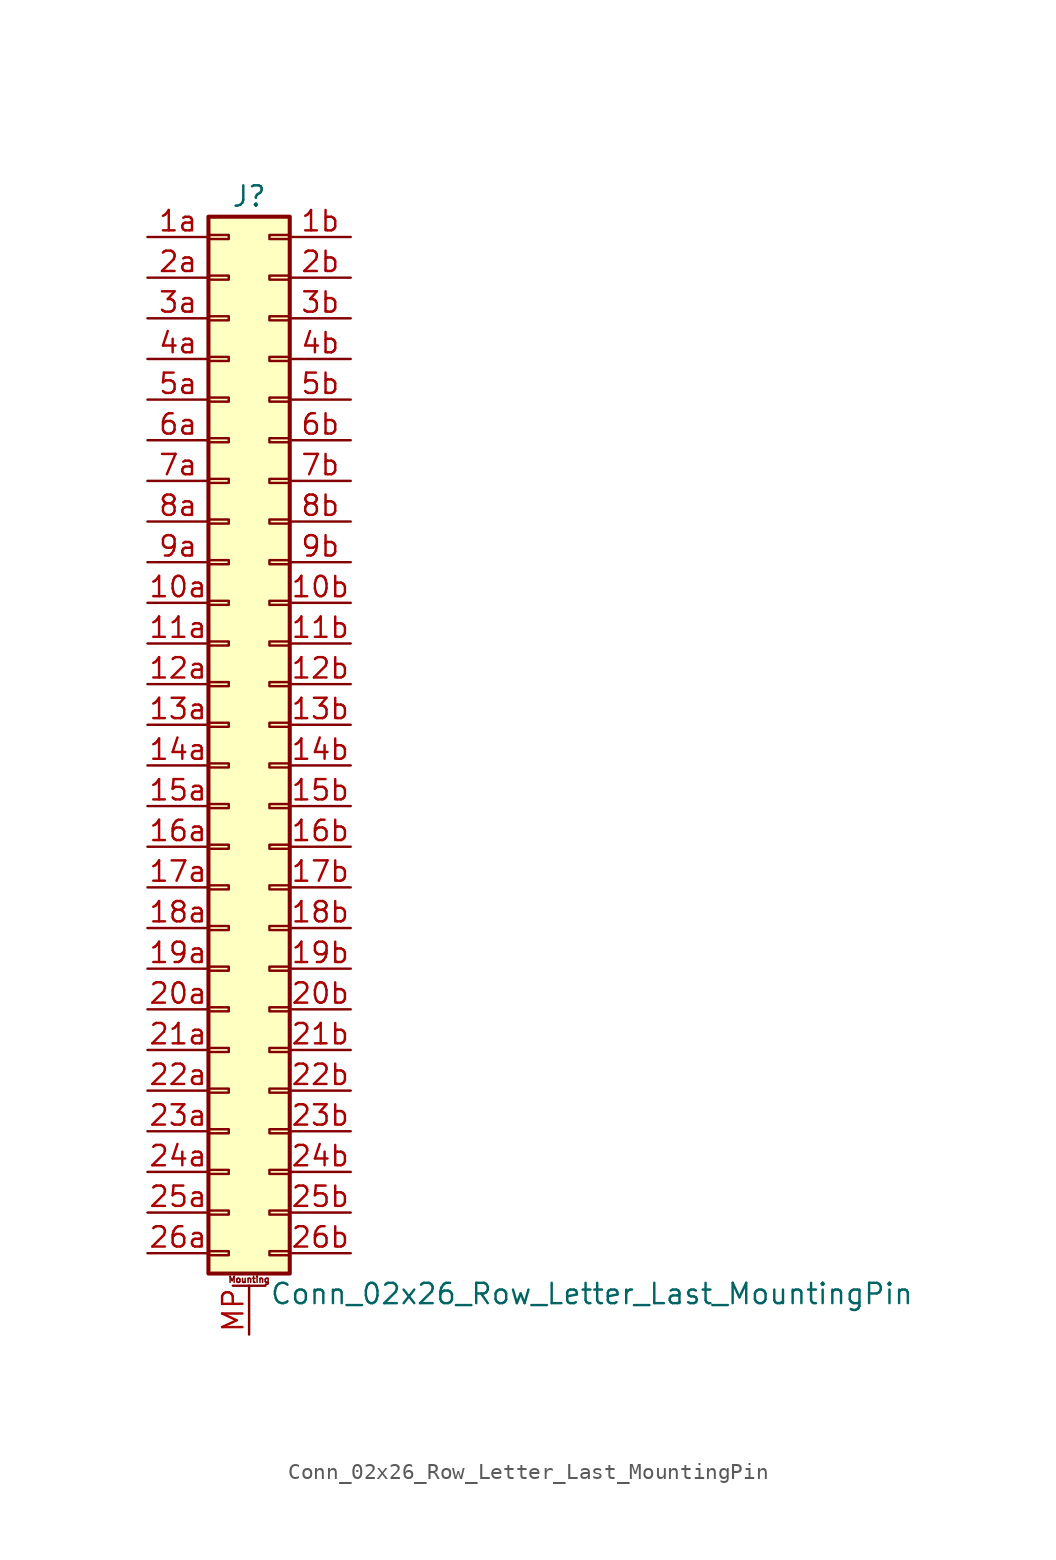
<source format=kicad_sym>
(kicad_symbol_lib
  (version 20201005)
  (generator kicad_symbol_editor)
  (symbol "Conn_02x26_Row_Letter_Last_MountingPin"
    (pin_names
      (offset 1.016) hide)
    (property "Reference" "J"
      (at 1.27 33.02 0)
      (effects (font (size 1.27 1.27))))
    (property "Value" "Conn_02x26_Row_Letter_Last_MountingPin"
      (at 2.54 -35.56 0)
      (effects (font (size 1.27 1.27)) (justify left)))
    (symbol "Conn_02x26_Row_Letter_Last_MountingPin_1_1"
      (text "Mounting" (at 1.27 -34.671 0) (effects (font (size 0.381 0.381))))
      (rectangle (start -1.27 -32.893) (end 0 -33.147) (stroke (width 0.152)) (fill (type none)))
      (rectangle (start -1.27 -30.353) (end 0 -30.607) (stroke (width 0.152)) (fill (type none)))
      (rectangle (start -1.27 -27.813) (end 0 -28.067) (stroke (width 0.152)) (fill (type none)))
      (rectangle (start -1.27 -25.273) (end 0 -25.527) (stroke (width 0.152)) (fill (type none)))
      (rectangle (start -1.27 -22.733) (end 0 -22.987) (stroke (width 0.152)) (fill (type none)))
      (rectangle (start -1.27 -20.193) (end 0 -20.447) (stroke (width 0.152)) (fill (type none)))
      (rectangle (start -1.27 -17.653) (end 0 -17.907) (stroke (width 0.152)) (fill (type none)))
      (rectangle (start -1.27 -15.113) (end 0 -15.367) (stroke (width 0.152)) (fill (type none)))
      (rectangle (start -1.27 -12.573) (end 0 -12.827) (stroke (width 0.152)) (fill (type none)))
      (rectangle (start -1.27 -10.033) (end 0 -10.287) (stroke (width 0.152)) (fill (type none)))
      (rectangle (start -1.27 -7.493) (end 0 -7.747) (stroke (width 0.152)) (fill (type none)))
      (rectangle (start -1.27 -4.953) (end 0 -5.207) (stroke (width 0.152)) (fill (type none)))
      (rectangle (start -1.27 -2.413) (end 0 -2.667) (stroke (width 0.152)) (fill (type none)))
      (rectangle (start -1.27 0.127) (end 0 -0.127) (stroke (width 0.152)) (fill (type none)))
      (rectangle (start -1.27 2.667) (end 0 2.413) (stroke (width 0.152)) (fill (type none)))
      (rectangle (start -1.27 5.207) (end 0 4.953) (stroke (width 0.152)) (fill (type none)))
      (rectangle (start -1.27 7.747) (end 0 7.493) (stroke (width 0.152)) (fill (type none)))
      (rectangle (start -1.27 10.287) (end 0 10.033) (stroke (width 0.152)) (fill (type none)))
      (rectangle (start -1.27 12.827) (end 0 12.573) (stroke (width 0.152)) (fill (type none)))
      (rectangle (start -1.27 15.367) (end 0 15.113) (stroke (width 0.152)) (fill (type none)))
      (rectangle (start -1.27 17.907) (end 0 17.653) (stroke (width 0.152)) (fill (type none)))
      (rectangle (start -1.27 20.447) (end 0 20.193) (stroke (width 0.152)) (fill (type none)))
      (rectangle (start -1.27 22.987) (end 0 22.733) (stroke (width 0.152)) (fill (type none)))
      (rectangle (start -1.27 25.527) (end 0 25.273) (stroke (width 0.152)) (fill (type none)))
      (rectangle (start -1.27 28.067) (end 0 27.813) (stroke (width 0.152)) (fill (type none)))
      (rectangle (start -1.27 30.607) (end 0 30.353) (stroke (width 0.152)) (fill (type none)))
      (rectangle (start 3.81 -32.893) (end 2.54 -33.147) (stroke (width 0.152)) (fill (type none)))
      (rectangle (start 3.81 -30.353) (end 2.54 -30.607) (stroke (width 0.152)) (fill (type none)))
      (rectangle (start 3.81 -27.813) (end 2.54 -28.067) (stroke (width 0.152)) (fill (type none)))
      (rectangle (start 3.81 -25.273) (end 2.54 -25.527) (stroke (width 0.152)) (fill (type none)))
      (rectangle (start 3.81 -22.733) (end 2.54 -22.987) (stroke (width 0.152)) (fill (type none)))
      (rectangle (start 3.81 -20.193) (end 2.54 -20.447) (stroke (width 0.152)) (fill (type none)))
      (rectangle (start 3.81 -17.653) (end 2.54 -17.907) (stroke (width 0.152)) (fill (type none)))
      (rectangle (start 3.81 -15.113) (end 2.54 -15.367) (stroke (width 0.152)) (fill (type none)))
      (rectangle (start 3.81 -12.573) (end 2.54 -12.827) (stroke (width 0.152)) (fill (type none)))
      (rectangle (start 3.81 -10.033) (end 2.54 -10.287) (stroke (width 0.152)) (fill (type none)))
      (rectangle (start 3.81 -7.493) (end 2.54 -7.747) (stroke (width 0.152)) (fill (type none)))
      (rectangle (start 3.81 -4.953) (end 2.54 -5.207) (stroke (width 0.152)) (fill (type none)))
      (rectangle (start 3.81 -2.413) (end 2.54 -2.667) (stroke (width 0.152)) (fill (type none)))
      (rectangle (start 3.81 0.127) (end 2.54 -0.127) (stroke (width 0.152)) (fill (type none)))
      (rectangle (start 3.81 2.667) (end 2.54 2.413) (stroke (width 0.152)) (fill (type none)))
      (rectangle (start 3.81 5.207) (end 2.54 4.953) (stroke (width 0.152)) (fill (type none)))
      (rectangle (start 3.81 7.747) (end 2.54 7.493) (stroke (width 0.152)) (fill (type none)))
      (rectangle (start 3.81 10.287) (end 2.54 10.033) (stroke (width 0.152)) (fill (type none)))
      (rectangle (start 3.81 12.827) (end 2.54 12.573) (stroke (width 0.152)) (fill (type none)))
      (rectangle (start 3.81 15.367) (end 2.54 15.113) (stroke (width 0.152)) (fill (type none)))
      (rectangle (start 3.81 17.907) (end 2.54 17.653) (stroke (width 0.152)) (fill (type none)))
      (rectangle (start 3.81 20.447) (end 2.54 20.193) (stroke (width 0.152)) (fill (type none)))
      (rectangle (start 3.81 22.987) (end 2.54 22.733) (stroke (width 0.152)) (fill (type none)))
      (rectangle (start 3.81 25.527) (end 2.54 25.273) (stroke (width 0.152)) (fill (type none)))
      (rectangle (start 3.81 28.067) (end 2.54 27.813) (stroke (width 0.152)) (fill (type none)))
      (rectangle (start 3.81 30.607) (end 2.54 30.353) (stroke (width 0.152)) (fill (type none)))
      (rectangle (start -1.27 31.75) (end 3.81 -34.29) (stroke (width 0.254)) (fill (type background)))
      (polyline (pts (xy 0.254 -35.052) (xy 2.286 -35.052)) (stroke (width 0.152)) (fill (type none)))
      (pin passive line (at -5.08 7.62 0) (length 3.81) (name "Pin_10a" (effects (font (size 1.27 1.27)))) (number "10a" (effects (font (size 1.27 1.27)))))
      (pin passive line (at 7.62 7.62 180) (length 3.81) (name "Pin_10b" (effects (font (size 1.27 1.27)))) (number "10b" (effects (font (size 1.27 1.27)))))
      (pin passive line (at -5.08 5.08 0) (length 3.81) (name "Pin_11a" (effects (font (size 1.27 1.27)))) (number "11a" (effects (font (size 1.27 1.27)))))
      (pin passive line (at 7.62 5.08 180) (length 3.81) (name "Pin_11b" (effects (font (size 1.27 1.27)))) (number "11b" (effects (font (size 1.27 1.27)))))
      (pin passive line (at -5.08 2.54 0) (length 3.81) (name "Pin_12a" (effects (font (size 1.27 1.27)))) (number "12a" (effects (font (size 1.27 1.27)))))
      (pin passive line (at 7.62 2.54 180) (length 3.81) (name "Pin_12b" (effects (font (size 1.27 1.27)))) (number "12b" (effects (font (size 1.27 1.27)))))
      (pin passive line (at -5.08 0 0) (length 3.81) (name "Pin_13a" (effects (font (size 1.27 1.27)))) (number "13a" (effects (font (size 1.27 1.27)))))
      (pin passive line (at 7.62 0 180) (length 3.81) (name "Pin_13b" (effects (font (size 1.27 1.27)))) (number "13b" (effects (font (size 1.27 1.27)))))
      (pin passive line (at -5.08 -2.54 0) (length 3.81) (name "Pin_14a" (effects (font (size 1.27 1.27)))) (number "14a" (effects (font (size 1.27 1.27)))))
      (pin passive line (at 7.62 -2.54 180) (length 3.81) (name "Pin_14b" (effects (font (size 1.27 1.27)))) (number "14b" (effects (font (size 1.27 1.27)))))
      (pin passive line (at -5.08 -5.08 0) (length 3.81) (name "Pin_15a" (effects (font (size 1.27 1.27)))) (number "15a" (effects (font (size 1.27 1.27)))))
      (pin passive line (at 7.62 -5.08 180) (length 3.81) (name "Pin_15b" (effects (font (size 1.27 1.27)))) (number "15b" (effects (font (size 1.27 1.27)))))
      (pin passive line (at -5.08 -7.62 0) (length 3.81) (name "Pin_16a" (effects (font (size 1.27 1.27)))) (number "16a" (effects (font (size 1.27 1.27)))))
      (pin passive line (at 7.62 -7.62 180) (length 3.81) (name "Pin_16b" (effects (font (size 1.27 1.27)))) (number "16b" (effects (font (size 1.27 1.27)))))
      (pin passive line (at -5.08 -10.16 0) (length 3.81) (name "Pin_17a" (effects (font (size 1.27 1.27)))) (number "17a" (effects (font (size 1.27 1.27)))))
      (pin passive line (at 7.62 -10.16 180) (length 3.81) (name "Pin_17b" (effects (font (size 1.27 1.27)))) (number "17b" (effects (font (size 1.27 1.27)))))
      (pin passive line (at -5.08 -12.7 0) (length 3.81) (name "Pin_18a" (effects (font (size 1.27 1.27)))) (number "18a" (effects (font (size 1.27 1.27)))))
      (pin passive line (at 7.62 -12.7 180) (length 3.81) (name "Pin_18b" (effects (font (size 1.27 1.27)))) (number "18b" (effects (font (size 1.27 1.27)))))
      (pin passive line (at -5.08 -15.24 0) (length 3.81) (name "Pin_19a" (effects (font (size 1.27 1.27)))) (number "19a" (effects (font (size 1.27 1.27)))))
      (pin passive line (at 7.62 -15.24 180) (length 3.81) (name "Pin_19b" (effects (font (size 1.27 1.27)))) (number "19b" (effects (font (size 1.27 1.27)))))
      (pin passive line (at -5.08 30.48 0) (length 3.81) (name "Pin_1a" (effects (font (size 1.27 1.27)))) (number "1a" (effects (font (size 1.27 1.27)))))
      (pin passive line (at 7.62 30.48 180) (length 3.81) (name "Pin_1b" (effects (font (size 1.27 1.27)))) (number "1b" (effects (font (size 1.27 1.27)))))
      (pin passive line (at -5.08 -17.78 0) (length 3.81) (name "Pin_20a" (effects (font (size 1.27 1.27)))) (number "20a" (effects (font (size 1.27 1.27)))))
      (pin passive line (at 7.62 -17.78 180) (length 3.81) (name "Pin_20b" (effects (font (size 1.27 1.27)))) (number "20b" (effects (font (size 1.27 1.27)))))
      (pin passive line (at -5.08 -20.32 0) (length 3.81) (name "Pin_21a" (effects (font (size 1.27 1.27)))) (number "21a" (effects (font (size 1.27 1.27)))))
      (pin passive line (at 7.62 -20.32 180) (length 3.81) (name "Pin_21b" (effects (font (size 1.27 1.27)))) (number "21b" (effects (font (size 1.27 1.27)))))
      (pin passive line (at -5.08 -22.86 0) (length 3.81) (name "Pin_22a" (effects (font (size 1.27 1.27)))) (number "22a" (effects (font (size 1.27 1.27)))))
      (pin passive line (at 7.62 -22.86 180) (length 3.81) (name "Pin_22b" (effects (font (size 1.27 1.27)))) (number "22b" (effects (font (size 1.27 1.27)))))
      (pin passive line (at -5.08 -25.4 0) (length 3.81) (name "Pin_23a" (effects (font (size 1.27 1.27)))) (number "23a" (effects (font (size 1.27 1.27)))))
      (pin passive line (at 7.62 -25.4 180) (length 3.81) (name "Pin_23b" (effects (font (size 1.27 1.27)))) (number "23b" (effects (font (size 1.27 1.27)))))
      (pin passive line (at -5.08 -27.94 0) (length 3.81) (name "Pin_24a" (effects (font (size 1.27 1.27)))) (number "24a" (effects (font (size 1.27 1.27)))))
      (pin passive line (at 7.62 -27.94 180) (length 3.81) (name "Pin_24b" (effects (font (size 1.27 1.27)))) (number "24b" (effects (font (size 1.27 1.27)))))
      (pin passive line (at -5.08 -30.48 0) (length 3.81) (name "Pin_25a" (effects (font (size 1.27 1.27)))) (number "25a" (effects (font (size 1.27 1.27)))))
      (pin passive line (at 7.62 -30.48 180) (length 3.81) (name "Pin_25b" (effects (font (size 1.27 1.27)))) (number "25b" (effects (font (size 1.27 1.27)))))
      (pin passive line (at -5.08 -33.02 0) (length 3.81) (name "Pin_26a" (effects (font (size 1.27 1.27)))) (number "26a" (effects (font (size 1.27 1.27)))))
      (pin passive line (at 7.62 -33.02 180) (length 3.81) (name "Pin_26b" (effects (font (size 1.27 1.27)))) (number "26b" (effects (font (size 1.27 1.27)))))
      (pin passive line (at -5.08 27.94 0) (length 3.81) (name "Pin_2a" (effects (font (size 1.27 1.27)))) (number "2a" (effects (font (size 1.27 1.27)))))
      (pin passive line (at 7.62 27.94 180) (length 3.81) (name "Pin_2b" (effects (font (size 1.27 1.27)))) (number "2b" (effects (font (size 1.27 1.27)))))
      (pin passive line (at -5.08 25.4 0) (length 3.81) (name "Pin_3a" (effects (font (size 1.27 1.27)))) (number "3a" (effects (font (size 1.27 1.27)))))
      (pin passive line (at 7.62 25.4 180) (length 3.81) (name "Pin_3b" (effects (font (size 1.27 1.27)))) (number "3b" (effects (font (size 1.27 1.27)))))
      (pin passive line (at -5.08 22.86 0) (length 3.81) (name "Pin_4a" (effects (font (size 1.27 1.27)))) (number "4a" (effects (font (size 1.27 1.27)))))
      (pin passive line (at 7.62 22.86 180) (length 3.81) (name "Pin_4b" (effects (font (size 1.27 1.27)))) (number "4b" (effects (font (size 1.27 1.27)))))
      (pin passive line (at -5.08 20.32 0) (length 3.81) (name "Pin_5a" (effects (font (size 1.27 1.27)))) (number "5a" (effects (font (size 1.27 1.27)))))
      (pin passive line (at 7.62 20.32 180) (length 3.81) (name "Pin_5b" (effects (font (size 1.27 1.27)))) (number "5b" (effects (font (size 1.27 1.27)))))
      (pin passive line (at -5.08 17.78 0) (length 3.81) (name "Pin_6a" (effects (font (size 1.27 1.27)))) (number "6a" (effects (font (size 1.27 1.27)))))
      (pin passive line (at 7.62 17.78 180) (length 3.81) (name "Pin_6b" (effects (font (size 1.27 1.27)))) (number "6b" (effects (font (size 1.27 1.27)))))
      (pin passive line (at -5.08 15.24 0) (length 3.81) (name "Pin_7a" (effects (font (size 1.27 1.27)))) (number "7a" (effects (font (size 1.27 1.27)))))
      (pin passive line (at 7.62 15.24 180) (length 3.81) (name "Pin_7b" (effects (font (size 1.27 1.27)))) (number "7b" (effects (font (size 1.27 1.27)))))
      (pin passive line (at -5.08 12.7 0) (length 3.81) (name "Pin_8a" (effects (font (size 1.27 1.27)))) (number "8a" (effects (font (size 1.27 1.27)))))
      (pin passive line (at 7.62 12.7 180) (length 3.81) (name "Pin_8b" (effects (font (size 1.27 1.27)))) (number "8b" (effects (font (size 1.27 1.27)))))
      (pin passive line (at -5.08 10.16 0) (length 3.81) (name "Pin_9a" (effects (font (size 1.27 1.27)))) (number "9a" (effects (font (size 1.27 1.27)))))
      (pin passive line (at 7.62 10.16 180) (length 3.81) (name "Pin_9b" (effects (font (size 1.27 1.27)))) (number "9b" (effects (font (size 1.27 1.27)))))
      (pin passive line (at 1.27 -38.1 90) (length 3.048) (name "MountPin" (effects (font (size 1.27 1.27)))) (number "MP" (effects (font (size 1.27 1.27))))))))
</source>
